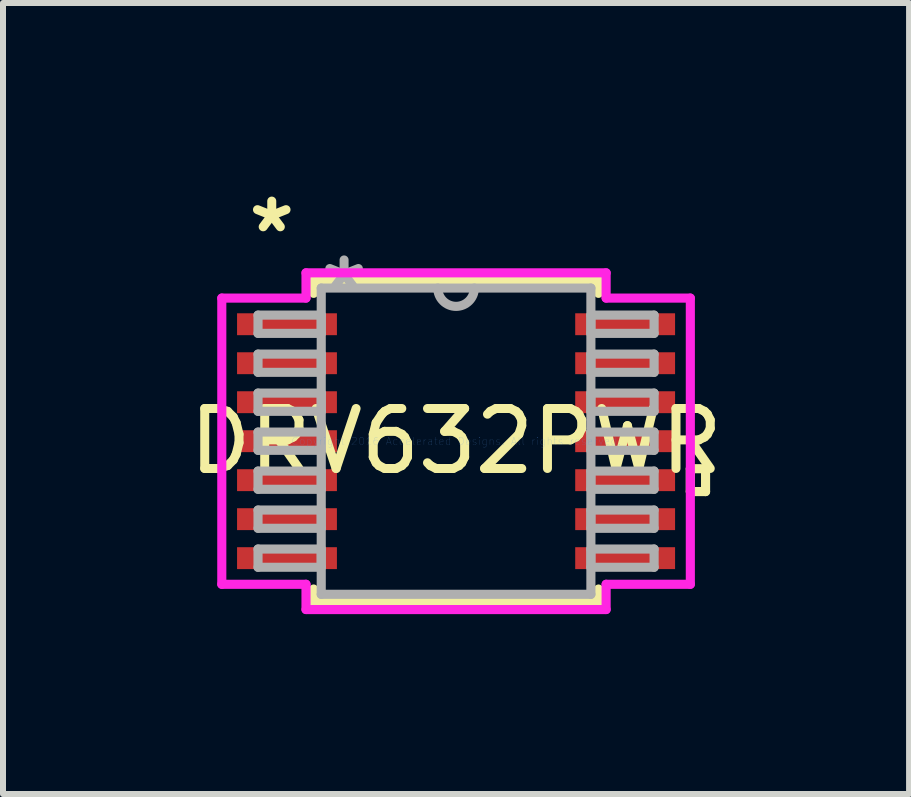
<source format=kicad_pcb>
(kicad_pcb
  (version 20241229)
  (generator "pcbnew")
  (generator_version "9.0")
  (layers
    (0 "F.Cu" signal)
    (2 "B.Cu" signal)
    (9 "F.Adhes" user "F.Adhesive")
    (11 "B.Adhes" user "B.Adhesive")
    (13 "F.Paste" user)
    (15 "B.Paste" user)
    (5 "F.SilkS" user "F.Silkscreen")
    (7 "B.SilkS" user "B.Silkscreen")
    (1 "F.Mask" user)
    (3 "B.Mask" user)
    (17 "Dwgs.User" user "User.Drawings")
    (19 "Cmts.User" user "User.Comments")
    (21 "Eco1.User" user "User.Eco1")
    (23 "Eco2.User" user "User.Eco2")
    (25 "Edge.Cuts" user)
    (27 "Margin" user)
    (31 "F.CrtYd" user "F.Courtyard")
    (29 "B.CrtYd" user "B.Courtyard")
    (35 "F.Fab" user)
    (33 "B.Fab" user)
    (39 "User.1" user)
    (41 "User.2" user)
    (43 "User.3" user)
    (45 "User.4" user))
  (footprint "DRV632PWR"
    (layer "F.Cu")
    (at 4.554 4.306)
    (property "Reference" "DRV632PWR" (at 0 0 0) (layer "F.SilkS") (effects (font (size 1 1) (thickness 0.15))))
    (attr through_hole)
    (fp_line (start -2.375 -2.68) (end -2.375 -2.465) (stroke (width 0.152) (type solid)) (layer "F.SilkS"))
    (fp_line (start -2.375 2.465) (end -2.375 2.68) (stroke (width 0.152) (type solid)) (layer "F.SilkS"))
    (fp_line (start -2.375 2.68) (end 2.375 2.68) (stroke (width 0.152) (type solid)) (layer "F.SilkS"))
    (fp_line (start 2.375 -2.68) (end -2.375 -2.68) (stroke (width 0.152) (type solid)) (layer "F.SilkS"))
    (fp_line (start 2.375 -2.465) (end 2.375 -2.68) (stroke (width 0.152) (type solid)) (layer "F.SilkS"))
    (fp_line (start 2.375 2.68) (end 2.375 2.465) (stroke (width 0.152) (type solid)) (layer "F.SilkS"))
    (fp_line (start 3.906 0.459) (end 4.16 0.459) (stroke (width 0.152) (type solid)) (layer "F.SilkS"))
    (fp_line (start 3.906 0.84) (end 3.906 0.459) (stroke (width 0.152) (type solid)) (layer "F.SilkS"))
    (fp_line (start 4.16 0.459) (end 4.16 0.84) (stroke (width 0.152) (type solid)) (layer "F.SilkS"))
    (fp_line (start 4.16 0.84) (end 3.906 0.84) (stroke (width 0.152) (type solid)) (layer "F.SilkS"))
    (fp_line (start -3.906 -2.386) (end -2.502 -2.386) (stroke (width 0.152) (type solid)) (layer "F.CrtYd"))
    (fp_line (start -3.906 2.386) (end -3.906 -2.386) (stroke (width 0.152) (type solid)) (layer "F.CrtYd"))
    (fp_line (start -2.502 -2.807) (end 2.502 -2.807) (stroke (width 0.152) (type solid)) (layer "F.CrtYd"))
    (fp_line (start -2.502 -2.386) (end -2.502 -2.807) (stroke (width 0.152) (type solid)) (layer "F.CrtYd"))
    (fp_line (start -2.502 2.386) (end -3.906 2.386) (stroke (width 0.152) (type solid)) (layer "F.CrtYd"))
    (fp_line (start -2.502 2.807) (end -2.502 2.386) (stroke (width 0.152) (type solid)) (layer "F.CrtYd"))
    (fp_line (start 2.502 -2.807) (end 2.502 -2.386) (stroke (width 0.152) (type solid)) (layer "F.CrtYd"))
    (fp_line (start 2.502 -2.386) (end 3.906 -2.386) (stroke (width 0.152) (type solid)) (layer "F.CrtYd"))
    (fp_line (start 2.502 2.386) (end 2.502 2.807) (stroke (width 0.152) (type solid)) (layer "F.CrtYd"))
    (fp_line (start 2.502 2.807) (end -2.502 2.807) (stroke (width 0.152) (type solid)) (layer "F.CrtYd"))
    (fp_line (start 3.906 -2.386) (end 3.906 2.386) (stroke (width 0.152) (type solid)) (layer "F.CrtYd"))
    (fp_line (start 3.906 2.386) (end 2.502 2.386) (stroke (width 0.152) (type solid)) (layer "F.CrtYd"))
    (fp_line (start -3.302 -2.102) (end -3.302 -1.798) (stroke (width 0.152) (type solid)) (layer "F.Fab"))
    (fp_line (start -3.302 -1.798) (end -2.248 -1.798) (stroke (width 0.152) (type solid)) (layer "F.Fab"))
    (fp_line (start -3.302 -1.452) (end -3.302 -1.148) (stroke (width 0.152) (type solid)) (layer "F.Fab"))
    (fp_line (start -3.302 -1.148) (end -2.248 -1.148) (stroke (width 0.152) (type solid)) (layer "F.Fab"))
    (fp_line (start -3.302 -0.802) (end -3.302 -0.498) (stroke (width 0.152) (type solid)) (layer "F.Fab"))
    (fp_line (start -3.302 -0.498) (end -2.248 -0.498) (stroke (width 0.152) (type solid)) (layer "F.Fab"))
    (fp_line (start -3.302 -0.152) (end -3.302 0.152) (stroke (width 0.152) (type solid)) (layer "F.Fab"))
    (fp_line (start -3.302 0.152) (end -2.248 0.152) (stroke (width 0.152) (type solid)) (layer "F.Fab"))
    (fp_line (start -3.302 0.498) (end -3.302 0.802) (stroke (width 0.152) (type solid)) (layer "F.Fab"))
    (fp_line (start -3.302 0.802) (end -2.248 0.802) (stroke (width 0.152) (type solid)) (layer "F.Fab"))
    (fp_line (start -3.302 1.148) (end -3.302 1.452) (stroke (width 0.152) (type solid)) (layer "F.Fab"))
    (fp_line (start -3.302 1.452) (end -2.248 1.452) (stroke (width 0.152) (type solid)) (layer "F.Fab"))
    (fp_line (start -3.302 1.798) (end -3.302 2.102) (stroke (width 0.152) (type solid)) (layer "F.Fab"))
    (fp_line (start -3.302 2.102) (end -2.248 2.102) (stroke (width 0.152) (type solid)) (layer "F.Fab"))
    (fp_line (start -2.248 -2.553) (end -2.248 2.553) (stroke (width 0.152) (type solid)) (layer "F.Fab"))
    (fp_line (start -2.248 -2.102) (end -3.302 -2.102) (stroke (width 0.152) (type solid)) (layer "F.Fab"))
    (fp_line (start -2.248 -1.798) (end -2.248 -2.102) (stroke (width 0.152) (type solid)) (layer "F.Fab"))
    (fp_line (start -2.248 -1.452) (end -3.302 -1.452) (stroke (width 0.152) (type solid)) (layer "F.Fab"))
    (fp_line (start -2.248 -1.148) (end -2.248 -1.452) (stroke (width 0.152) (type solid)) (layer "F.Fab"))
    (fp_line (start -2.248 -0.802) (end -3.302 -0.802) (stroke (width 0.152) (type solid)) (layer "F.Fab"))
    (fp_line (start -2.248 -0.498) (end -2.248 -0.802) (stroke (width 0.152) (type solid)) (layer "F.Fab"))
    (fp_line (start -2.248 -0.152) (end -3.302 -0.152) (stroke (width 0.152) (type solid)) (layer "F.Fab"))
    (fp_line (start -2.248 0.152) (end -2.248 -0.152) (stroke (width 0.152) (type solid)) (layer "F.Fab"))
    (fp_line (start -2.248 0.498) (end -3.302 0.498) (stroke (width 0.152) (type solid)) (layer "F.Fab"))
    (fp_line (start -2.248 0.802) (end -2.248 0.498) (stroke (width 0.152) (type solid)) (layer "F.Fab"))
    (fp_line (start -2.248 1.148) (end -3.302 1.148) (stroke (width 0.152) (type solid)) (layer "F.Fab"))
    (fp_line (start -2.248 1.452) (end -2.248 1.148) (stroke (width 0.152) (type solid)) (layer "F.Fab"))
    (fp_line (start -2.248 1.798) (end -3.302 1.798) (stroke (width 0.152) (type solid)) (layer "F.Fab"))
    (fp_line (start -2.248 2.102) (end -2.248 1.798) (stroke (width 0.152) (type solid)) (layer "F.Fab"))
    (fp_line (start -2.248 2.553) (end 2.248 2.553) (stroke (width 0.152) (type solid)) (layer "F.Fab"))
    (fp_line (start 2.248 -2.553) (end -2.248 -2.553) (stroke (width 0.152) (type solid)) (layer "F.Fab"))
    (fp_line (start 2.248 -2.102) (end 2.248 -1.798) (stroke (width 0.152) (type solid)) (layer "F.Fab"))
    (fp_line (start 2.248 -1.798) (end 3.302 -1.798) (stroke (width 0.152) (type solid)) (layer "F.Fab"))
    (fp_line (start 2.248 -1.452) (end 2.248 -1.148) (stroke (width 0.152) (type solid)) (layer "F.Fab"))
    (fp_line (start 2.248 -1.148) (end 3.302 -1.148) (stroke (width 0.152) (type solid)) (layer "F.Fab"))
    (fp_line (start 2.248 -0.802) (end 2.248 -0.498) (stroke (width 0.152) (type solid)) (layer "F.Fab"))
    (fp_line (start 2.248 -0.498) (end 3.302 -0.498) (stroke (width 0.152) (type solid)) (layer "F.Fab"))
    (fp_line (start 2.248 -0.152) (end 2.248 0.152) (stroke (width 0.152) (type solid)) (layer "F.Fab"))
    (fp_line (start 2.248 0.152) (end 3.302 0.152) (stroke (width 0.152) (type solid)) (layer "F.Fab"))
    (fp_line (start 2.248 0.498) (end 2.248 0.802) (stroke (width 0.152) (type solid)) (layer "F.Fab"))
    (fp_line (start 2.248 0.802) (end 3.302 0.802) (stroke (width 0.152) (type solid)) (layer "F.Fab"))
    (fp_line (start 2.248 1.148) (end 2.248 1.452) (stroke (width 0.152) (type solid)) (layer "F.Fab"))
    (fp_line (start 2.248 1.452) (end 3.302 1.452) (stroke (width 0.152) (type solid)) (layer "F.Fab"))
    (fp_line (start 2.248 1.798) (end 2.248 2.102) (stroke (width 0.152) (type solid)) (layer "F.Fab"))
    (fp_line (start 2.248 2.102) (end 3.302 2.102) (stroke (width 0.152) (type solid)) (layer "F.Fab"))
    (fp_line (start 2.248 2.553) (end 2.248 -2.553) (stroke (width 0.152) (type solid)) (layer "F.Fab"))
    (fp_line (start 3.302 -2.102) (end 2.248 -2.102) (stroke (width 0.152) (type solid)) (layer "F.Fab"))
    (fp_line (start 3.302 -1.798) (end 3.302 -2.102) (stroke (width 0.152) (type solid)) (layer "F.Fab"))
    (fp_line (start 3.302 -1.452) (end 2.248 -1.452) (stroke (width 0.152) (type solid)) (layer "F.Fab"))
    (fp_line (start 3.302 -1.148) (end 3.302 -1.452) (stroke (width 0.152) (type solid)) (layer "F.Fab"))
    (fp_line (start 3.302 -0.802) (end 2.248 -0.802) (stroke (width 0.152) (type solid)) (layer "F.Fab"))
    (fp_line (start 3.302 -0.498) (end 3.302 -0.802) (stroke (width 0.152) (type solid)) (layer "F.Fab"))
    (fp_line (start 3.302 -0.152) (end 2.248 -0.152) (stroke (width 0.152) (type solid)) (layer "F.Fab"))
    (fp_line (start 3.302 0.152) (end 3.302 -0.152) (stroke (width 0.152) (type solid)) (layer "F.Fab"))
    (fp_line (start 3.302 0.498) (end 2.248 0.498) (stroke (width 0.152) (type solid)) (layer "F.Fab"))
    (fp_line (start 3.302 0.802) (end 3.302 0.498) (stroke (width 0.152) (type solid)) (layer "F.Fab"))
    (fp_line (start 3.302 1.148) (end 2.248 1.148) (stroke (width 0.152) (type solid)) (layer "F.Fab"))
    (fp_line (start 3.302 1.452) (end 3.302 1.148) (stroke (width 0.152) (type solid)) (layer "F.Fab"))
    (fp_line (start 3.302 1.798) (end 2.248 1.798) (stroke (width 0.152) (type solid)) (layer "F.Fab"))
    (fp_line (start 3.302 2.102) (end 3.302 1.798) (stroke (width 0.152) (type solid)) (layer "F.Fab"))
    (fp_arc (start 0.3048 -2.5527) (mid 0 -2.2479) (end -0.3048 -2.5527) (stroke (width 0.1524) (type solid)) (layer "F.Fab"))
    (fp_text user "*" (at -3.073 -3.458 0) (layer "F.SilkS") (effects (font (size 1 1) (thickness 0.15))))
    (fp_text user "Copyright 2016 Accelerated Designs. All rights reserved." (at 0 0 0) (layer "Cmts.User") (effects (font (size 0.127 0.127) (thickness 0.002))))
    (fp_text user "*" (at -1.867 -2.477 0) (layer "F.Fab") (effects (font (size 1 1) (thickness 0.15))))
    (pad "1" smd rect (at -2.819 -1.95) (size 1.665 0.365) (layers "F.Cu" "F.Mask" "F.Paste"))
    (pad "2" smd rect (at -2.819 -1.3) (size 1.665 0.365) (layers "F.Cu" "F.Mask" "F.Paste"))
    (pad "3" smd rect (at -2.819 -0.65) (size 1.665 0.365) (layers "F.Cu" "F.Mask" "F.Paste"))
    (pad "4" smd rect (at -2.819 0) (size 1.665 0.365) (layers "F.Cu" "F.Mask" "F.Paste"))
    (pad "5" smd rect (at -2.819 0.65) (size 1.665 0.365) (layers "F.Cu" "F.Mask" "F.Paste"))
    (pad "6" smd rect (at -2.819 1.3) (size 1.665 0.365) (layers "F.Cu" "F.Mask" "F.Paste"))
    (pad "7" smd rect (at -2.819 1.95) (size 1.665 0.365) (layers "F.Cu" "F.Mask" "F.Paste"))
    (pad "8" smd rect (at 2.819 1.95) (size 1.665 0.365) (layers "F.Cu" "F.Mask" "F.Paste"))
    (pad "9" smd rect (at 2.819 1.3) (size 1.665 0.365) (layers "F.Cu" "F.Mask" "F.Paste"))
    (pad "10" smd rect (at 2.819 0.65) (size 1.665 0.365) (layers "F.Cu" "F.Mask" "F.Paste"))
    (pad "11" smd rect (at 2.819 0) (size 1.665 0.365) (layers "F.Cu" "F.Mask" "F.Paste"))
    (pad "12" smd rect (at 2.819 -0.65) (size 1.665 0.365) (layers "F.Cu" "F.Mask" "F.Paste"))
    (pad "13" smd rect (at 2.819 -1.3) (size 1.665 0.365) (layers "F.Cu" "F.Mask" "F.Paste"))
    (pad "14" smd rect (at 2.819 -1.95) (size 1.665 0.365) (layers "F.Cu" "F.Mask" "F.Paste")))
  (gr_rect
    (start -3 -3)
    (end 12.107 10.189)
    (stroke (width 0.1) (type default))
    (fill no)
    (layer "Edge.Cuts")))
</source>
